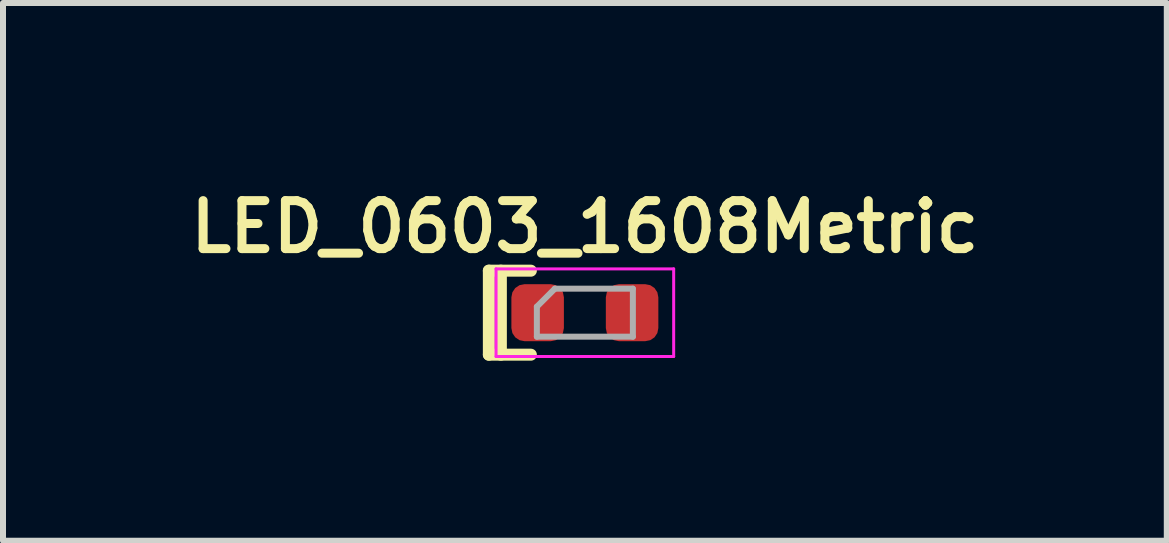
<source format=kicad_pcb>
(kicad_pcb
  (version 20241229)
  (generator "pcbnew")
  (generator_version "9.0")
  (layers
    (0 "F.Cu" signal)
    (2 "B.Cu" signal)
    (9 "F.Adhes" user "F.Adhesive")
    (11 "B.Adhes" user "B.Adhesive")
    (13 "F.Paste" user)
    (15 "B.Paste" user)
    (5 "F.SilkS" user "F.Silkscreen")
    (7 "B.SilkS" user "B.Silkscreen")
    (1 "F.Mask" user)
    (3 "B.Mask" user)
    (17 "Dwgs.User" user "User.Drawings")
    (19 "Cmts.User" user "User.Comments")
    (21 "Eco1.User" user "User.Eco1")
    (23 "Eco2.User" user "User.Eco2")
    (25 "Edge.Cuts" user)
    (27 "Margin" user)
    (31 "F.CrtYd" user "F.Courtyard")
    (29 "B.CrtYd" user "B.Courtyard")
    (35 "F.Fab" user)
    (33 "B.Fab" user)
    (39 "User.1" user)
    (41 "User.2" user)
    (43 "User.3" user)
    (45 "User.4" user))
  (footprint "LED_0603_1608Metric"
    (layer "F.Cu")
    (at 6.697 2.161)
    (property "Reference" "LED_0603_1608Metric" (at 0 -1.43 0) (layer "F.SilkS") (effects (font (size 0.8 0.8) (thickness 0.15))))
    (attr smd)
    (fp_line (start -1.6 -0.7) (end -1.6 0.7) (stroke (width 0.2) (type solid)) (layer "F.SilkS"))
    (fp_line (start -1.6 0.7) (end -0.9 0.7) (stroke (width 0.2) (type solid)) (layer "F.SilkS"))
    (fp_line (start -1.4 -0.7) (end -1.4 0.7) (stroke (width 0.2) (type solid)) (layer "F.SilkS"))
    (fp_line (start -0.9 -0.7) (end -1.6 -0.7) (stroke (width 0.2) (type solid)) (layer "F.SilkS"))
    (fp_line (start -1.48 -0.73) (end 1.48 -0.73) (stroke (width 0.05) (type solid)) (layer "F.CrtYd"))
    (fp_line (start -1.48 0.73) (end -1.48 -0.73) (stroke (width 0.05) (type solid)) (layer "F.CrtYd"))
    (fp_line (start 1.48 -0.73) (end 1.48 0.73) (stroke (width 0.05) (type solid)) (layer "F.CrtYd"))
    (fp_line (start 1.48 0.73) (end -1.48 0.73) (stroke (width 0.05) (type solid)) (layer "F.CrtYd"))
    (fp_line (start -0.8 -0.1) (end -0.8 0.4) (stroke (width 0.1) (type solid)) (layer "F.Fab"))
    (fp_line (start -0.8 0.4) (end 0.8 0.4) (stroke (width 0.1) (type solid)) (layer "F.Fab"))
    (fp_line (start -0.5 -0.4) (end -0.8 -0.1) (stroke (width 0.1) (type solid)) (layer "F.Fab"))
    (fp_line (start 0.8 -0.4) (end -0.5 -0.4) (stroke (width 0.1) (type solid)) (layer "F.Fab"))
    (fp_line (start 0.8 0.4) (end 0.8 -0.4) (stroke (width 0.1) (type solid)) (layer "F.Fab"))
    (pad "1" smd roundrect (at -0.787 0) (size 0.875 0.95) (layers "F.Cu" "F.Mask" "F.Paste") (roundrect_rratio 0.25))
    (pad "2" smd roundrect (at 0.787 0) (size 0.875 0.95) (layers "F.Cu" "F.Mask" "F.Paste") (roundrect_rratio 0.25)))
  (gr_rect
    (start -3 -3)
    (end 16.395 5.961)
    (stroke (width 0.1) (type default))
    (fill no)
    (layer "Edge.Cuts")))
</source>
